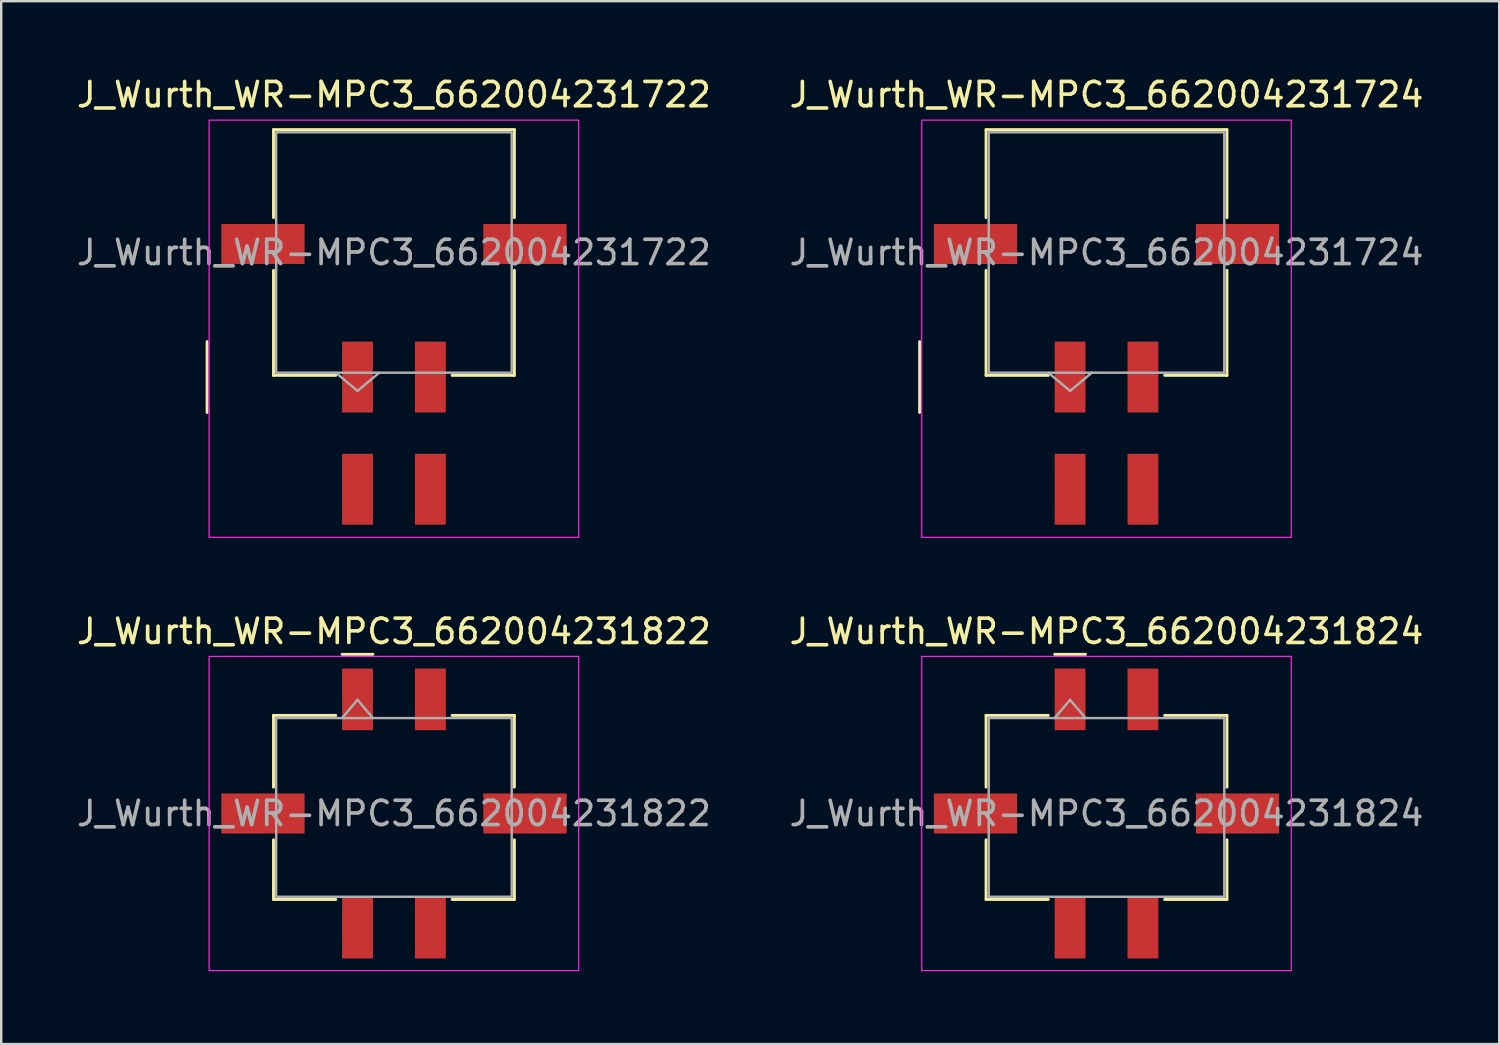
<source format=kicad_pcb>
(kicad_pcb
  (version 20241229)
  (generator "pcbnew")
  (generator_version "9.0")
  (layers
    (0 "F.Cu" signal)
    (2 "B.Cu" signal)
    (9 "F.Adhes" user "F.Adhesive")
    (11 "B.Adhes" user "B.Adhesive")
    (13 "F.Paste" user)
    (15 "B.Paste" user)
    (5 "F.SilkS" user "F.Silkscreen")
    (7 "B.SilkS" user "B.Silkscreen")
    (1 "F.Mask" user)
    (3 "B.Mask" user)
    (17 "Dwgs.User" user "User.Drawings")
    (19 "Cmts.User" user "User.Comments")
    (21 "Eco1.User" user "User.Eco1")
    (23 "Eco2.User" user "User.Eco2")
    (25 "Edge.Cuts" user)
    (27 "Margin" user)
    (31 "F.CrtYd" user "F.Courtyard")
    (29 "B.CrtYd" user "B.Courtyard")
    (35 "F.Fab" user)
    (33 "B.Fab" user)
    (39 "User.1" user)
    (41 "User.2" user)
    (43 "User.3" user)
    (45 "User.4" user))
  (footprint "J_Wurth_WR-MPC3_662004231822"
    (layer "F.Cu")
    (at 13.173 30.451)
    (property "Reference" "J_Wurth_WR-MPC3_662004231822" (at 0 -7.5 0) (unlocked yes) (layer "F.SilkS") (effects (font (size 1 1) (thickness 0.15))))
    (attr smd)
    (fp_line (start -4.96 -4.04) (end -2.395 -4.04) (stroke (width 0.12) (type solid)) (layer "F.SilkS"))
    (fp_line (start -4.96 -1.085) (end -4.96 -4.04) (stroke (width 0.12) (type solid)) (layer "F.SilkS"))
    (fp_line (start -4.96 3.54) (end -4.96 1.085) (stroke (width 0.12) (type solid)) (layer "F.SilkS"))
    (fp_line (start -4.96 3.54) (end -2.395 3.54) (stroke (width 0.12) (type solid)) (layer "F.SilkS"))
    (fp_line (start -2.135 -6.555) (end -0.865 -6.555) (stroke (width 0.12) (type solid)) (layer "F.SilkS"))
    (fp_line (start 2.395 -4.04) (end 4.96 -4.04) (stroke (width 0.12) (type solid)) (layer "F.SilkS"))
    (fp_line (start 2.395 3.54) (end 4.96 3.54) (stroke (width 0.12) (type solid)) (layer "F.SilkS"))
    (fp_line (start 4.96 -1.085) (end 4.96 -4.04) (stroke (width 0.12) (type solid)) (layer "F.SilkS"))
    (fp_line (start 4.96 3.54) (end 4.96 1.085) (stroke (width 0.12) (type solid)) (layer "F.SilkS"))
    (fp_rect (start -7.61 -6.47) (end 7.61 6.47) (stroke (width 0.05) (type solid)) (fill no) (layer "F.CrtYd"))
    (fp_line (start -1.5 -4.68) (end -2.135 -3.93) (stroke (width 0.1) (type solid)) (layer "F.Fab"))
    (fp_line (start -1.5 -4.68) (end -0.865 -3.93) (stroke (width 0.1) (type solid)) (layer "F.Fab"))
    (fp_rect (start -4.85 -3.93) (end 4.85 3.43) (stroke (width 0.1) (type solid)) (fill no) (layer "F.Fab"))
    (fp_text user "${REFERENCE}" (at 0 0 0) (unlocked yes) (layer "F.Fab") (effects (font (size 1 1) (thickness 0.15))))
    (pad "1" smd rect (at -1.5 -4.7 180) (size 1.27 2.54) (layers "F.Cu" "F.Mask" "F.Paste"))
    (pad "2" smd rect (at 1.5 -4.7 180) (size 1.27 2.54) (layers "F.Cu" "F.Mask" "F.Paste"))
    (pad "3" smd rect (at -1.5 4.7 180) (size 1.27 2.54) (layers "F.Cu" "F.Mask" "F.Paste"))
    (pad "4" smd rect (at 1.5 4.7 180) (size 1.27 2.54) (layers "F.Cu" "F.Mask" "F.Paste"))
    (pad "MP1" smd rect (at 5.395 0 180) (size 3.43 1.65) (layers "F.Cu" "F.Mask" "F.Paste"))
    (pad "MP2" smd rect (at -5.395 0 180) (size 3.43 1.65) (layers "F.Cu" "F.Mask" "F.Paste")))
  (footprint "J_Wurth_WR-MPC3_662004231824"
    (layer "F.Cu")
    (at 42.518 30.451)
    (property "Reference" "J_Wurth_WR-MPC3_662004231824" (at 0 -7.5 0) (unlocked yes) (layer "F.SilkS") (effects (font (size 1 1) (thickness 0.15))))
    (attr smd)
    (fp_line (start -4.96 -4.04) (end -2.395 -4.04) (stroke (width 0.12) (type solid)) (layer "F.SilkS"))
    (fp_line (start -4.96 -1.085) (end -4.96 -4.04) (stroke (width 0.12) (type solid)) (layer "F.SilkS"))
    (fp_line (start -4.96 3.54) (end -4.96 1.085) (stroke (width 0.12) (type solid)) (layer "F.SilkS"))
    (fp_line (start -4.96 3.54) (end -2.395 3.54) (stroke (width 0.12) (type solid)) (layer "F.SilkS"))
    (fp_line (start -2.135 -6.555) (end -0.865 -6.555) (stroke (width 0.12) (type solid)) (layer "F.SilkS"))
    (fp_line (start 2.395 -4.04) (end 4.96 -4.04) (stroke (width 0.12) (type solid)) (layer "F.SilkS"))
    (fp_line (start 2.395 3.54) (end 4.96 3.54) (stroke (width 0.12) (type solid)) (layer "F.SilkS"))
    (fp_line (start 4.96 -1.085) (end 4.96 -4.04) (stroke (width 0.12) (type solid)) (layer "F.SilkS"))
    (fp_line (start 4.96 3.54) (end 4.96 1.085) (stroke (width 0.12) (type solid)) (layer "F.SilkS"))
    (fp_rect (start -7.61 -6.47) (end 7.61 6.47) (stroke (width 0.05) (type solid)) (fill no) (layer "F.CrtYd"))
    (fp_line (start -1.5 -4.68) (end -2.135 -3.93) (stroke (width 0.1) (type solid)) (layer "F.Fab"))
    (fp_line (start -1.5 -4.68) (end -0.865 -3.93) (stroke (width 0.1) (type solid)) (layer "F.Fab"))
    (fp_rect (start -4.85 -3.93) (end 4.85 3.43) (stroke (width 0.1) (type solid)) (fill no) (layer "F.Fab"))
    (fp_text user "${REFERENCE}" (at 0 0 0) (unlocked yes) (layer "F.Fab") (effects (font (size 1 1) (thickness 0.15))))
    (pad "1" smd rect (at -1.5 -4.7 180) (size 1.27 2.54) (layers "F.Cu" "F.Mask" "F.Paste"))
    (pad "2" smd rect (at 1.5 -4.7 180) (size 1.27 2.54) (layers "F.Cu" "F.Mask" "F.Paste"))
    (pad "3" smd rect (at -1.5 4.7 180) (size 1.27 2.54) (layers "F.Cu" "F.Mask" "F.Paste"))
    (pad "4" smd rect (at 1.5 4.7 180) (size 1.27 2.54) (layers "F.Cu" "F.Mask" "F.Paste"))
    (pad "MP1" smd rect (at 5.395 0 180) (size 3.43 1.65) (layers "F.Cu" "F.Mask" "F.Paste"))
    (pad "MP2" smd rect (at -5.395 0 180) (size 3.43 1.65) (layers "F.Cu" "F.Mask" "F.Paste")))
  (footprint "J_Wurth_WR-MPC3_662004231724"
    (layer "F.Cu")
    (at 42.518 7.348)
    (property "Reference" "J_Wurth_WR-MPC3_662004231724" (at 0 -6.5 0) (unlocked yes) (layer "F.SilkS") (effects (font (size 1 1) (thickness 0.15))))
    (attr smd)
    (fp_line (start -7.695 6.59) (end -7.695 3.67) (stroke (width 0.12) (type solid)) (layer "F.SilkS"))
    (fp_line (start -4.96 -5.06) (end -4.96 -1.435) (stroke (width 0.12) (type solid)) (layer "F.SilkS"))
    (fp_line (start -4.96 -5.06) (end 4.96 -5.06) (stroke (width 0.12) (type default)) (layer "F.SilkS"))
    (fp_line (start -4.96 0.735) (end -4.96 5.06) (stroke (width 0.12) (type solid)) (layer "F.SilkS"))
    (fp_line (start -2.395 5.06) (end -4.96 5.06) (stroke (width 0.12) (type solid)) (layer "F.SilkS"))
    (fp_line (start 4.96 -5.06) (end 4.96 -1.435) (stroke (width 0.12) (type solid)) (layer "F.SilkS"))
    (fp_line (start 4.96 0.735) (end 4.96 5.06) (stroke (width 0.12) (type solid)) (layer "F.SilkS"))
    (fp_line (start 4.96 5.06) (end 2.395 5.06) (stroke (width 0.12) (type solid)) (layer "F.SilkS"))
    (fp_rect (start -7.61 -5.45) (end 7.61 11.73) (stroke (width 0.05) (type solid)) (fill no) (layer "F.CrtYd"))
    (fp_line (start -1.5 5.7) (end -2.395 4.95) (stroke (width 0.1) (type solid)) (layer "F.Fab"))
    (fp_line (start -1.5 5.7) (end -0.605 4.95) (stroke (width 0.1) (type solid)) (layer "F.Fab"))
    (fp_rect (start -4.85 -4.95) (end 4.85 4.95) (stroke (width 0.1) (type solid)) (fill no) (layer "F.Fab"))
    (fp_text user "${REFERENCE}" (at 0 0 0) (unlocked yes) (layer "F.Fab") (effects (font (size 1 1) (thickness 0.15))))
    (pad "1" smd rect (at -1.5 5.13 180) (size 1.27 2.92) (layers "F.Cu" "F.Mask" "F.Paste"))
    (pad "2" smd rect (at 1.5 5.13 180) (size 1.27 2.92) (layers "F.Cu" "F.Mask" "F.Paste"))
    (pad "3" smd rect (at -1.5 9.75 180) (size 1.27 2.92) (layers "F.Cu" "F.Mask" "F.Paste"))
    (pad "4" smd rect (at 1.5 9.75 180) (size 1.27 2.92) (layers "F.Cu" "F.Mask" "F.Paste"))
    (pad "MP1" smd rect (at 5.395 -0.35 180) (size 3.43 1.65) (layers "F.Cu" "F.Mask" "F.Paste"))
    (pad "MP2" smd rect (at -5.395 -0.35 180) (size 3.43 1.65) (layers "F.Cu" "F.Mask" "F.Paste")))
  (footprint "J_Wurth_WR-MPC3_662004231722"
    (layer "F.Cu")
    (at 13.173 7.348)
    (property "Reference" "J_Wurth_WR-MPC3_662004231722" (at 0 -6.5 0) (unlocked yes) (layer "F.SilkS") (effects (font (size 1 1) (thickness 0.15))))
    (attr smd)
    (fp_line (start -7.695 6.59) (end -7.695 3.67) (stroke (width 0.12) (type solid)) (layer "F.SilkS"))
    (fp_line (start -4.96 -5.06) (end -4.96 -1.435) (stroke (width 0.12) (type solid)) (layer "F.SilkS"))
    (fp_line (start -4.96 -5.06) (end 4.96 -5.06) (stroke (width 0.12) (type default)) (layer "F.SilkS"))
    (fp_line (start -4.96 0.735) (end -4.96 5.06) (stroke (width 0.12) (type solid)) (layer "F.SilkS"))
    (fp_line (start -2.395 5.06) (end -4.96 5.06) (stroke (width 0.12) (type solid)) (layer "F.SilkS"))
    (fp_line (start 4.96 -5.06) (end 4.96 -1.435) (stroke (width 0.12) (type solid)) (layer "F.SilkS"))
    (fp_line (start 4.96 0.735) (end 4.96 5.06) (stroke (width 0.12) (type solid)) (layer "F.SilkS"))
    (fp_line (start 4.96 5.06) (end 2.395 5.06) (stroke (width 0.12) (type solid)) (layer "F.SilkS"))
    (fp_rect (start -7.61 -5.45) (end 7.61 11.73) (stroke (width 0.05) (type solid)) (fill no) (layer "F.CrtYd"))
    (fp_line (start -1.5 5.7) (end -2.395 4.95) (stroke (width 0.1) (type solid)) (layer "F.Fab"))
    (fp_line (start -1.5 5.7) (end -0.605 4.95) (stroke (width 0.1) (type solid)) (layer "F.Fab"))
    (fp_rect (start -4.85 -4.95) (end 4.85 4.95) (stroke (width 0.1) (type solid)) (fill no) (layer "F.Fab"))
    (fp_text user "${REFERENCE}" (at 0 0 0) (unlocked yes) (layer "F.Fab") (effects (font (size 1 1) (thickness 0.15))))
    (pad "1" smd rect (at -1.5 5.13 180) (size 1.27 2.92) (layers "F.Cu" "F.Mask" "F.Paste"))
    (pad "2" smd rect (at 1.5 5.13 180) (size 1.27 2.92) (layers "F.Cu" "F.Mask" "F.Paste"))
    (pad "3" smd rect (at -1.5 9.75 180) (size 1.27 2.92) (layers "F.Cu" "F.Mask" "F.Paste"))
    (pad "4" smd rect (at 1.5 9.75 180) (size 1.27 2.92) (layers "F.Cu" "F.Mask" "F.Paste"))
    (pad "MP1" smd rect (at 5.395 -0.35 180) (size 3.43 1.65) (layers "F.Cu" "F.Mask" "F.Paste"))
    (pad "MP2" smd rect (at -5.395 -0.35 180) (size 3.43 1.65) (layers "F.Cu" "F.Mask" "F.Paste")))
  (gr_rect
    (start -3 -3)
    (end 58.69 39.947)
    (stroke (width 0.1) (type default))
    (fill no)
    (layer "Edge.Cuts")))
</source>
